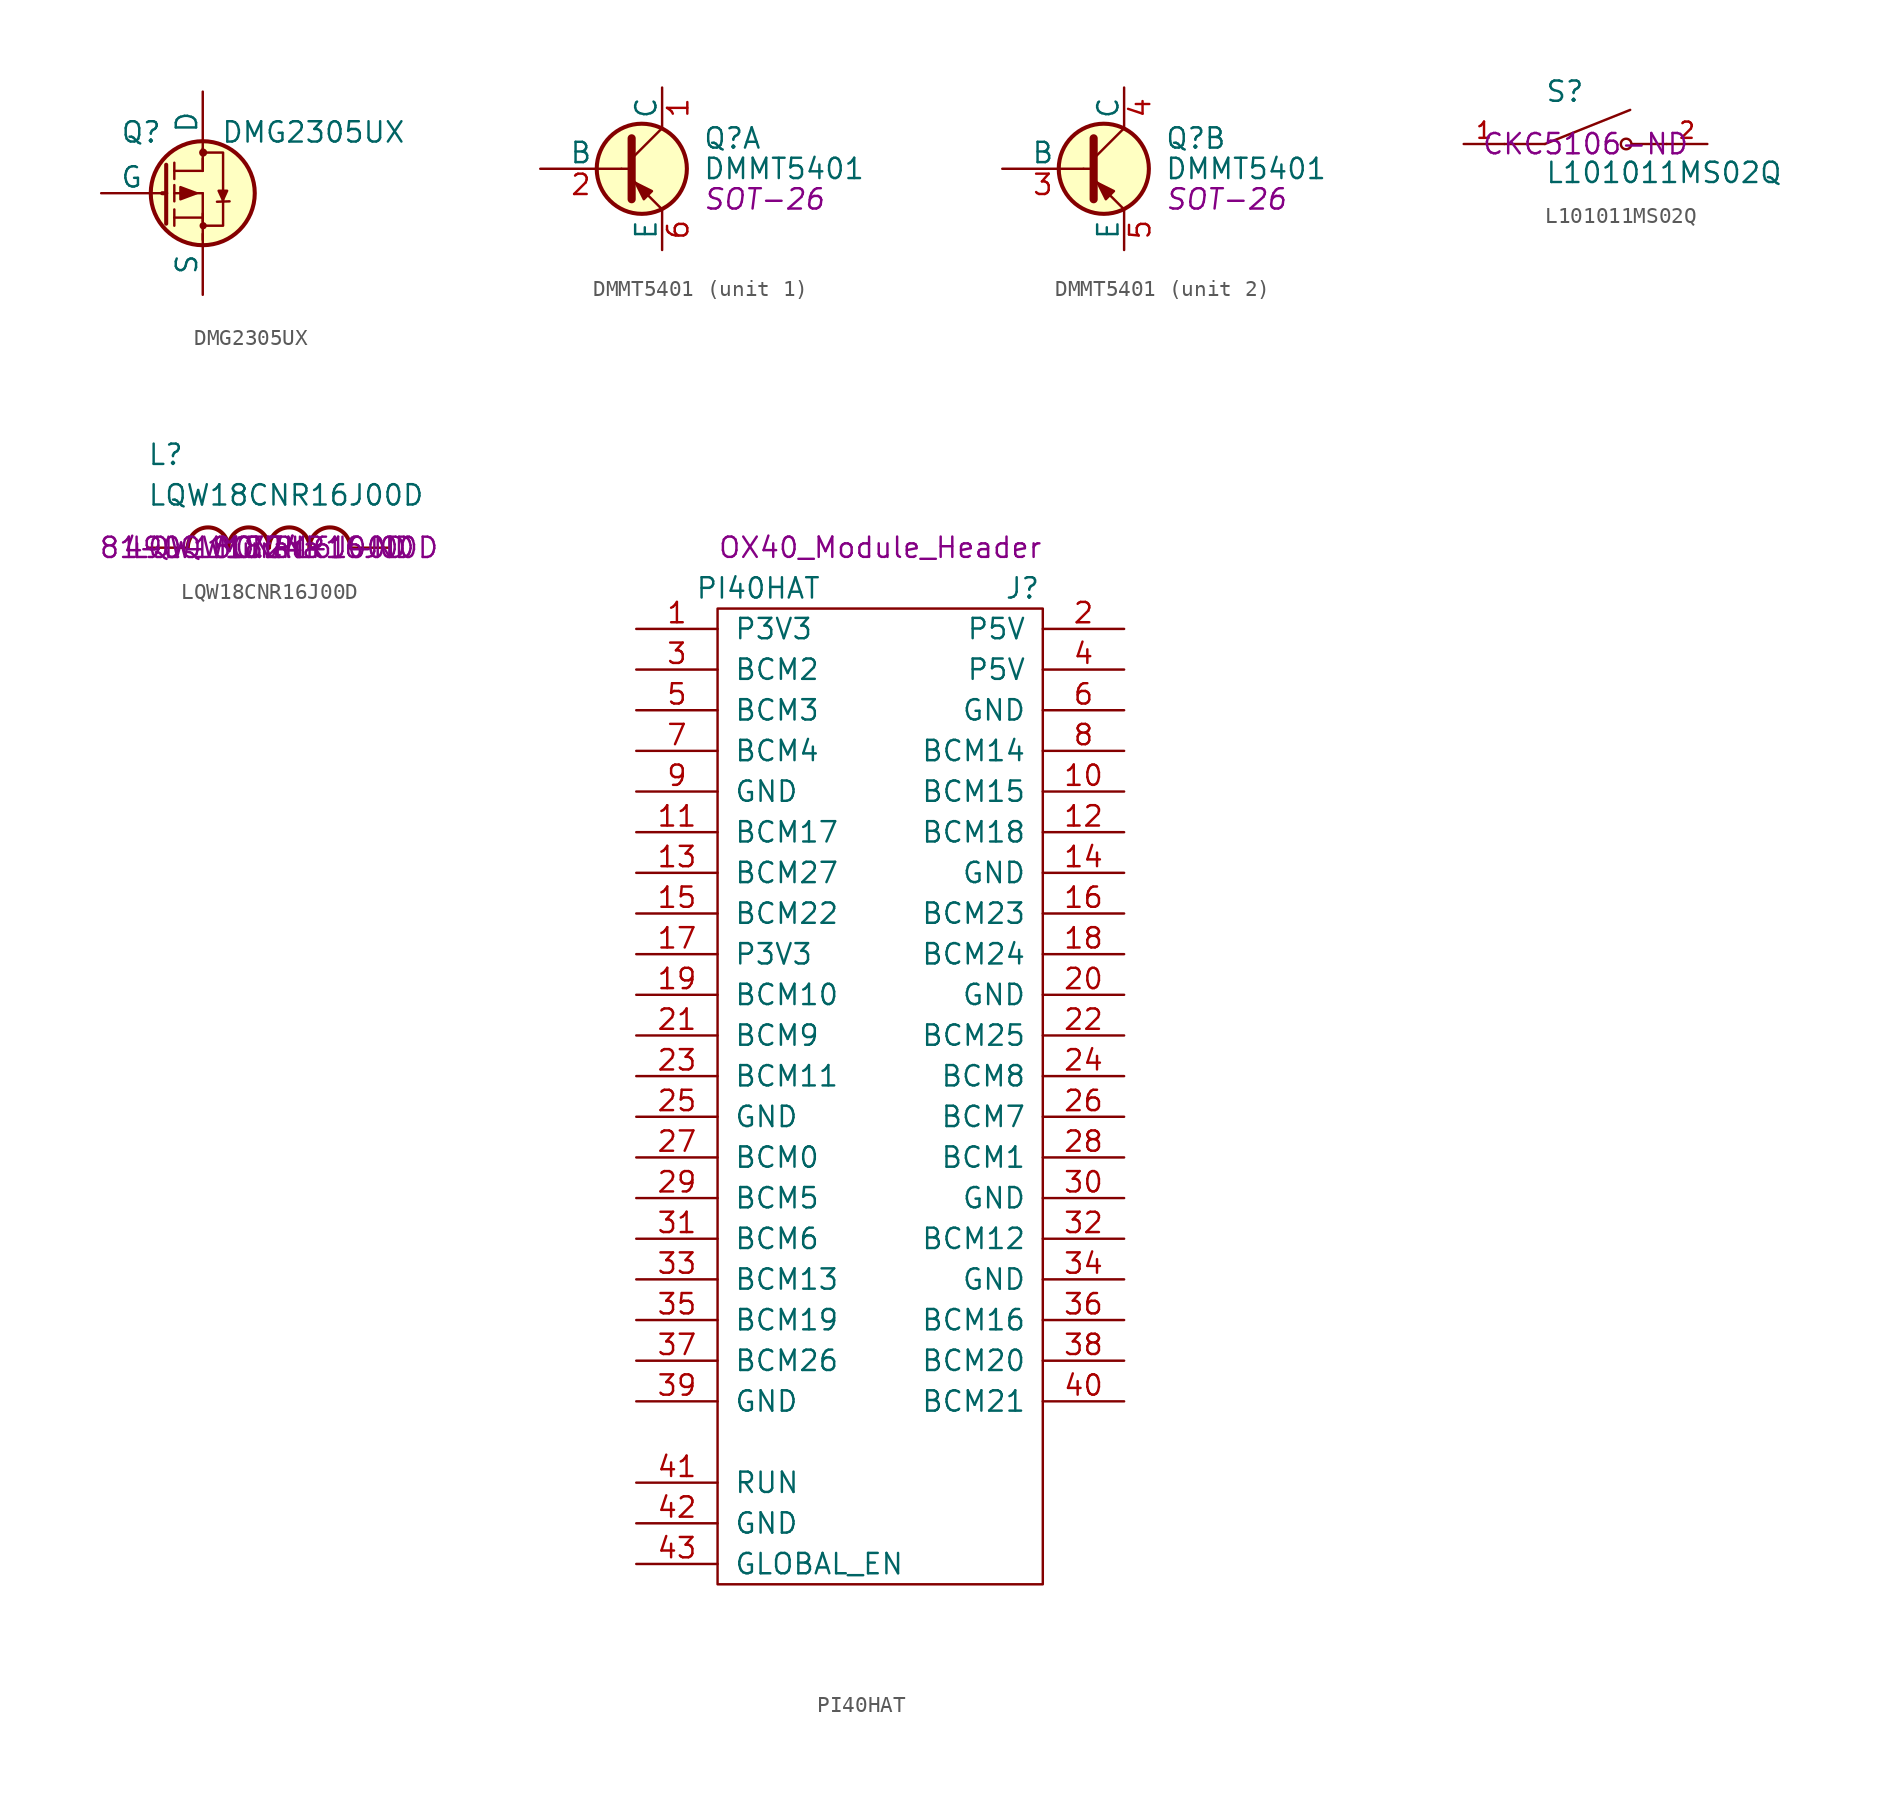
<source format=kicad_sym>
(kicad_symbol_lib
  (version 20211014)
  (generator kicad_symbol_editor)
  (symbol "DMG2305UX"
    (pin_numbers hide)
    (pin_names
      (offset 0))
    (property "Reference" "Q"
      (at -2.54 3.81 0)
      (effects (font (size 1.27 1.27)) (justify right)))
    (property "Value" "DMG2305UX"
      (at 12.7 3.81 0)
      (effects (font (size 1.27 1.27)) (justify right)))
    (property "Footprint" ""
      (at 5.08 4.953 0)
      (effects (font (size 1.27 1.27))))
    (property "Datasheet" ""
      (at -2.54 0 0)
      (effects (font (size 1.27 1.27))))
    (symbol "DMG2305UX_0_1"
      (polyline (pts (xy -2.54 0) (xy -2.286 0)) (stroke (width 0.254) (type default) (color 0 0 0 0)) (fill (type none)))
      (polyline (pts (xy -1.778 -1.524) (xy 0 -1.524)) (stroke (width 0) (type default) (color 0 0 0 0)) (fill (type none)))
      (polyline (pts (xy -1.778 -1.016) (xy -1.778 -2.032)) (stroke (width 0) (type default) (color 0 0 0 0)) (fill (type none)))
      (polyline (pts (xy -1.778 0) (xy 0 0)) (stroke (width 0) (type default) (color 0 0 0 0)) (fill (type none)))
      (polyline (pts (xy -1.778 0.508) (xy -1.778 -0.508)) (stroke (width 0) (type default) (color 0 0 0 0)) (fill (type none)))
      (polyline (pts (xy -1.778 1.397) (xy 0 1.397)) (stroke (width 0) (type default) (color 0 0 0 0)) (fill (type none)))
      (polyline (pts (xy -1.778 1.905) (xy -1.778 0.889)) (stroke (width 0) (type default) (color 0 0 0 0)) (fill (type none)))
      (polyline (pts (xy 0 -2.032) (xy 0 -2.921)) (stroke (width 0) (type default) (color 0 0 0 0)) (fill (type none)))
      (polyline (pts (xy 0 -1.778) (xy 0 0)) (stroke (width 0) (type default) (color 0 0 0 0)) (fill (type none)))
      (polyline (pts (xy 0 -1.27) (xy 0 -2.032)) (stroke (width 0) (type default) (color 0 0 0 0)) (fill (type none)))
      (polyline (pts (xy 0 1.524) (xy 0 2.794)) (stroke (width 0) (type default) (color 0 0 0 0)) (fill (type none)))
      (polyline (pts (xy 0 2.159) (xy 0 1.397)) (stroke (width 0) (type default) (color 0 0 0 0)) (fill (type none)))
      (polyline (pts (xy 0.889 -0.533) (xy 1.676 -0.508)) (stroke (width 0) (type default) (color 0 0 0 0)) (fill (type none)))
      (polyline (pts (xy -2.286 1.778) (xy -2.286 -1.905) (xy -2.286 -1.397) (xy -2.286 -1.651)) (stroke (width 0.254) (type default) (color 0 0 0 0)) (fill (type none)))
      (polyline (pts (xy -0.381 0) (xy -1.397 0.381) (xy -1.397 -0.381) (xy -0.381 0)) (stroke (width 0) (type default) (color 0 0 0 0)) (fill (type outline)))
      (polyline (pts (xy 1.27 -0.457) (xy 0.991 0.152) (xy 1.524 0.152) (xy 1.245 -0.457)) (stroke (width 0) (type default) (color 0 0 0 0)) (fill (type outline)))
      (polyline (pts (xy 0 2.54) (xy 1.27 2.54) (xy 1.27 0.508) (xy 1.27 -2.032) (xy 0 -2.032)) (stroke (width 0) (type default) (color 0 0 0 0)) (fill (type none)))
      (circle (center 0 0) (radius 3.251) (stroke (width 0.254) (type default) (color 0 0 0 0)) (fill (type background)))
      (circle (center 0.025 -2.032) (radius 0.152) (stroke (width 0) (type default) (color 0 0 0 0)) (fill (type outline)))
      (circle (center 0.025 2.54) (radius 0.178) (stroke (width 0) (type default) (color 0 0 0 0)) (fill (type outline))))
    (symbol "DMG2305UX_1_1"
      (pin input line (at -6.35 0 0) (length 3.81) (name "G" (effects (font (size 1.27 1.27)))) (number "1" (effects (font (size 1.27 1.27)))))
      (pin passive line (at 0 -6.35 90) (length 3.81) (name "S" (effects (font (size 1.27 1.27)))) (number "2" (effects (font (size 1.27 1.27)))))
      (pin passive line (at 0 6.35 270) (length 3.81) (name "D" (effects (font (size 1.27 1.27)))) (number "3" (effects (font (size 1.27 1.27)))))))
  (symbol "DMMT5401"
    (pin_names
      (offset 0))
    (property "Reference" "Q"
      (at 5.08 1.905 0)
      (effects (font (size 1.27 1.27)) (justify left)))
    (property "Value" "DMMT5401"
      (at 5.08 0 0)
      (effects (font (size 1.27 1.27)) (justify left)))
    (property "Footprint" "SOT-26"
      (at 5.08 -1.905 0)
      (effects (font (size 1.27 1.27) italic) (justify left)))
    (property "Datasheet" ""
      (at 0 0 0)
      (effects (font (size 1.27 1.27)) (justify left)))
    (symbol "DMMT5401_0_1"
      (polyline (pts (xy 0 0) (xy 0.635 0)) (stroke (width 0) (type default) (color 0 0 0 0)) (fill (type none)))
      (polyline (pts (xy 2.54 -2.54) (xy 0.635 -0.635)) (stroke (width 0) (type default) (color 0 0 0 0)) (fill (type none)))
      (polyline (pts (xy 2.54 2.54) (xy 0.635 0.635)) (stroke (width 0) (type default) (color 0 0 0 0)) (fill (type none)))
      (polyline (pts (xy 0.635 1.905) (xy 0.635 -1.905) (xy 0.635 -1.905)) (stroke (width 0.508) (type default) (color 0 0 0 0)) (fill (type outline)))
      (polyline (pts (xy 1.397 -1.905) (xy 1.905 -1.397) (xy 0.889 -0.889) (xy 1.397 -1.905) (xy 1.397 -1.905)) (stroke (width 0) (type default) (color 0 0 0 0)) (fill (type outline)))
      (circle (center 1.27 0) (radius 2.819) (stroke (width 0.254) (type default) (color 0 0 0 0)) (fill (type background))))
    (symbol "DMMT5401_1_1"
      (pin passive line (at 2.54 5.08 270) (length 2.54) (name "C" (effects (font (size 1.27 1.27)))) (number "1" (effects (font (size 1.27 1.27)))))
      (pin input line (at -5.08 0 0) (length 5.08) (name "B" (effects (font (size 1.27 1.27)))) (number "2" (effects (font (size 1.27 1.27)))))
      (pin passive line (at 2.54 -5.08 90) (length 2.54) (name "E" (effects (font (size 1.27 1.27)))) (number "6" (effects (font (size 1.27 1.27))))))
    (symbol "DMMT5401_2_1"
      (pin input line (at -5.08 0 0) (length 5.08) (name "B" (effects (font (size 1.27 1.27)))) (number "3" (effects (font (size 1.27 1.27)))))
      (pin passive line (at 2.54 5.08 270) (length 2.54) (name "C" (effects (font (size 1.27 1.27)))) (number "4" (effects (font (size 1.27 1.27)))))
      (pin passive line (at 2.54 -5.08 90) (length 2.54) (name "E" (effects (font (size 1.27 1.27)))) (number "5" (effects (font (size 1.27 1.27)))))))
  (symbol "L101011MS02Q"
    (pin_names
      (offset 1.016) hide)
    (property "Reference" "S"
      (at -2.54 2.54 0)
      (effects (font (size 1.27 1.27)) (justify left bottom)))
    (property "Value" "L101011MS02Q"
      (at -2.54 -2.54 0)
      (effects (font (size 1.27 1.27)) (justify left bottom)))
    (property "Digikey" "CKC5106-ND"
      (at 0 0 0)
      (effects (font (size 1.27 1.27))))
    (symbol "L101011MS02Q_0_0"
      (polyline (pts (xy -2.54 0) (xy -5.08 0)) (stroke (width 0.152) (type default) (color 0 0 0 0)) (fill (type none)))
      (polyline (pts (xy -2.54 0) (xy 2.794 2.134)) (stroke (width 0.152) (type default) (color 0 0 0 0)) (fill (type none)))
      (polyline (pts (xy 5.08 0) (xy 2.921 0)) (stroke (width 0.152) (type default) (color 0 0 0 0)) (fill (type none)))
      (circle (center 2.54 0) (radius 0.33) (stroke (width 0.152) (type default) (color 0 0 0 0)) (fill (type none)))
      (pin passive line (at -7.62 0 0) (length 2.54) (name "~" (effects (font (size 1.016 1.016)))) (number "1" (effects (font (size 1.016 1.016)))))
      (pin passive line (at 7.62 0 180) (length 2.54) (name "~" (effects (font (size 1.016 1.016)))) (number "2" (effects (font (size 1.016 1.016)))))))
  (symbol "LQW18CNR16J00D"
    (pin_numbers hide)
    (pin_names
      (offset 1.016) hide)
    (property "Reference" "L"
      (at -7.62 5.08 0)
      (effects (font (size 1.27 1.27)) (justify left bottom)))
    (property "Value" "LQW18CNR16J00D"
      (at -7.62 2.54 0)
      (effects (font (size 1.27 1.27)) (justify left bottom)))
    (property "Digikey" "490-11774-1-ND"
      (at 0 0 0)
      (effects (font (size 1.27 1.27))))
    (property "MPN" "LQW18CNR16J00D"
      (at 0 0 0)
      (effects (font (size 1.27 1.27))))
    (property "Price" "0.24"
      (at 0 0 0)
      (effects (font (size 1.27 1.27))))
    (property "Manufacturer" "Murata"
      (at 0 0 0)
      (effects (font (size 1.27 1.27))))
    (property "Mouser" "81-LQW18CNR16J00D"
      (at 0 0 0)
      (effects (font (size 1.27 1.27))))
    (symbol "LQW18CNR16J00D_0_0"
      (arc (start -2.54 0) (mid -3.81 1.27) (end -5.08 0) (stroke (width 0.254) (type default) (color 0 0 0 0)) (fill (type none)))
      (arc (start 0 0) (mid -1.27 1.27) (end -2.54 0) (stroke (width 0.254) (type default) (color 0 0 0 0)) (fill (type none)))
      (arc (start 2.54 0) (mid 1.27 1.27) (end 0 0) (stroke (width 0.254) (type default) (color 0 0 0 0)) (fill (type none)))
      (arc (start 5.08 0) (mid 3.81 1.27) (end 2.54 0) (stroke (width 0.254) (type default) (color 0 0 0 0)) (fill (type none)))
      (pin passive line (at -7.62 0 0) (length 2.54) (name "~" (effects (font (size 1.016 1.016)))) (number "1" (effects (font (size 1.016 1.016)))))
      (pin passive line (at 7.62 0 180) (length 2.54) (name "~" (effects (font (size 1.016 1.016)))) (number "2" (effects (font (size 1.016 1.016)))))))
  (symbol "PI40HAT"
    (pin_names
      (offset 1.016))
    (property "Reference" "J"
      (at 8.89 2.54 0)
      (effects (font (size 1.27 1.27))))
    (property "Value" "PI40HAT"
      (at -7.62 2.54 0)
      (effects (font (size 1.27 1.27))))
    (property "Footprint" "OX40_Module_Header"
      (at 0 5.08 0)
      (effects (font (size 1.27 1.27))))
    (property "Datasheet" ""
      (at -17.78 0 0)
      (effects (font (size 1.27 1.27))))
    (symbol "PI40HAT_0_1"
      (rectangle (start -10.16 1.27) (end 10.16 -59.69) (stroke (width 0) (type default) (color 0 0 0 0)) (fill (type none))))
    (symbol "PI40HAT_1_1"
      (pin passive line (at -15.24 0 0) (length 5.08) (name "P3V3" (effects (font (size 1.27 1.27)))) (number "1" (effects (font (size 1.27 1.27)))))
      (pin passive line (at 15.24 -10.16 180) (length 5.08) (name "BCM15" (effects (font (size 1.27 1.27)))) (number "10" (effects (font (size 1.27 1.27)))))
      (pin passive line (at -15.24 -12.7 0) (length 5.08) (name "BCM17" (effects (font (size 1.27 1.27)))) (number "11" (effects (font (size 1.27 1.27)))))
      (pin passive line (at 15.24 -12.7 180) (length 5.08) (name "BCM18" (effects (font (size 1.27 1.27)))) (number "12" (effects (font (size 1.27 1.27)))))
      (pin passive line (at -15.24 -15.24 0) (length 5.08) (name "BCM27" (effects (font (size 1.27 1.27)))) (number "13" (effects (font (size 1.27 1.27)))))
      (pin passive line (at 15.24 -15.24 180) (length 5.08) (name "GND" (effects (font (size 1.27 1.27)))) (number "14" (effects (font (size 1.27 1.27)))))
      (pin passive line (at -15.24 -17.78 0) (length 5.08) (name "BCM22" (effects (font (size 1.27 1.27)))) (number "15" (effects (font (size 1.27 1.27)))))
      (pin passive line (at 15.24 -17.78 180) (length 5.08) (name "BCM23" (effects (font (size 1.27 1.27)))) (number "16" (effects (font (size 1.27 1.27)))))
      (pin passive line (at -15.24 -20.32 0) (length 5.08) (name "P3V3" (effects (font (size 1.27 1.27)))) (number "17" (effects (font (size 1.27 1.27)))))
      (pin passive line (at 15.24 -20.32 180) (length 5.08) (name "BCM24" (effects (font (size 1.27 1.27)))) (number "18" (effects (font (size 1.27 1.27)))))
      (pin passive line (at -15.24 -22.86 0) (length 5.08) (name "BCM10" (effects (font (size 1.27 1.27)))) (number "19" (effects (font (size 1.27 1.27)))))
      (pin passive line (at 15.24 0 180) (length 5.08) (name "P5V" (effects (font (size 1.27 1.27)))) (number "2" (effects (font (size 1.27 1.27)))))
      (pin passive line (at 15.24 -22.86 180) (length 5.08) (name "GND" (effects (font (size 1.27 1.27)))) (number "20" (effects (font (size 1.27 1.27)))))
      (pin passive line (at -15.24 -25.4 0) (length 5.08) (name "BCM9" (effects (font (size 1.27 1.27)))) (number "21" (effects (font (size 1.27 1.27)))))
      (pin passive line (at 15.24 -25.4 180) (length 5.08) (name "BCM25" (effects (font (size 1.27 1.27)))) (number "22" (effects (font (size 1.27 1.27)))))
      (pin passive line (at -15.24 -27.94 0) (length 5.08) (name "BCM11" (effects (font (size 1.27 1.27)))) (number "23" (effects (font (size 1.27 1.27)))))
      (pin passive line (at 15.24 -27.94 180) (length 5.08) (name "BCM8" (effects (font (size 1.27 1.27)))) (number "24" (effects (font (size 1.27 1.27)))))
      (pin passive line (at -15.24 -30.48 0) (length 5.08) (name "GND" (effects (font (size 1.27 1.27)))) (number "25" (effects (font (size 1.27 1.27)))))
      (pin passive line (at 15.24 -30.48 180) (length 5.08) (name "BCM7" (effects (font (size 1.27 1.27)))) (number "26" (effects (font (size 1.27 1.27)))))
      (pin passive line (at -15.24 -33.02 0) (length 5.08) (name "BCM0" (effects (font (size 1.27 1.27)))) (number "27" (effects (font (size 1.27 1.27)))))
      (pin passive line (at 15.24 -33.02 180) (length 5.08) (name "BCM1" (effects (font (size 1.27 1.27)))) (number "28" (effects (font (size 1.27 1.27)))))
      (pin passive line (at -15.24 -35.56 0) (length 5.08) (name "BCM5" (effects (font (size 1.27 1.27)))) (number "29" (effects (font (size 1.27 1.27)))))
      (pin passive line (at -15.24 -2.54 0) (length 5.08) (name "BCM2" (effects (font (size 1.27 1.27)))) (number "3" (effects (font (size 1.27 1.27)))))
      (pin passive line (at 15.24 -35.56 180) (length 5.08) (name "GND" (effects (font (size 1.27 1.27)))) (number "30" (effects (font (size 1.27 1.27)))))
      (pin passive line (at -15.24 -38.1 0) (length 5.08) (name "BCM6" (effects (font (size 1.27 1.27)))) (number "31" (effects (font (size 1.27 1.27)))))
      (pin passive line (at 15.24 -38.1 180) (length 5.08) (name "BCM12" (effects (font (size 1.27 1.27)))) (number "32" (effects (font (size 1.27 1.27)))))
      (pin passive line (at -15.24 -40.64 0) (length 5.08) (name "BCM13" (effects (font (size 1.27 1.27)))) (number "33" (effects (font (size 1.27 1.27)))))
      (pin passive line (at 15.24 -40.64 180) (length 5.08) (name "GND" (effects (font (size 1.27 1.27)))) (number "34" (effects (font (size 1.27 1.27)))))
      (pin passive line (at -15.24 -43.18 0) (length 5.08) (name "BCM19" (effects (font (size 1.27 1.27)))) (number "35" (effects (font (size 1.27 1.27)))))
      (pin passive line (at 15.24 -43.18 180) (length 5.08) (name "BCM16" (effects (font (size 1.27 1.27)))) (number "36" (effects (font (size 1.27 1.27)))))
      (pin passive line (at -15.24 -45.72 0) (length 5.08) (name "BCM26" (effects (font (size 1.27 1.27)))) (number "37" (effects (font (size 1.27 1.27)))))
      (pin passive line (at 15.24 -45.72 180) (length 5.08) (name "BCM20" (effects (font (size 1.27 1.27)))) (number "38" (effects (font (size 1.27 1.27)))))
      (pin passive line (at -15.24 -48.26 0) (length 5.08) (name "GND" (effects (font (size 1.27 1.27)))) (number "39" (effects (font (size 1.27 1.27)))))
      (pin passive line (at 15.24 -2.54 180) (length 5.08) (name "P5V" (effects (font (size 1.27 1.27)))) (number "4" (effects (font (size 1.27 1.27)))))
      (pin passive line (at 15.24 -48.26 180) (length 5.08) (name "BCM21" (effects (font (size 1.27 1.27)))) (number "40" (effects (font (size 1.27 1.27)))))
      (pin passive line (at -15.24 -53.34 0) (length 5.08) (name "RUN" (effects (font (size 1.27 1.27)))) (number "41" (effects (font (size 1.27 1.27)))))
      (pin passive line (at -15.24 -55.88 0) (length 5.08) (name "GND" (effects (font (size 1.27 1.27)))) (number "42" (effects (font (size 1.27 1.27)))))
      (pin passive line (at -15.24 -58.42 0) (length 5.08) (name "GLOBAL_EN" (effects (font (size 1.27 1.27)))) (number "43" (effects (font (size 1.27 1.27)))))
      (pin passive line (at -15.24 -5.08 0) (length 5.08) (name "BCM3" (effects (font (size 1.27 1.27)))) (number "5" (effects (font (size 1.27 1.27)))))
      (pin passive line (at 15.24 -5.08 180) (length 5.08) (name "GND" (effects (font (size 1.27 1.27)))) (number "6" (effects (font (size 1.27 1.27)))))
      (pin passive line (at -15.24 -7.62 0) (length 5.08) (name "BCM4" (effects (font (size 1.27 1.27)))) (number "7" (effects (font (size 1.27 1.27)))))
      (pin passive line (at 15.24 -7.62 180) (length 5.08) (name "BCM14" (effects (font (size 1.27 1.27)))) (number "8" (effects (font (size 1.27 1.27)))))
      (pin passive line (at -15.24 -10.16 0) (length 5.08) (name "GND" (effects (font (size 1.27 1.27)))) (number "9" (effects (font (size 1.27 1.27))))))))
</source>
